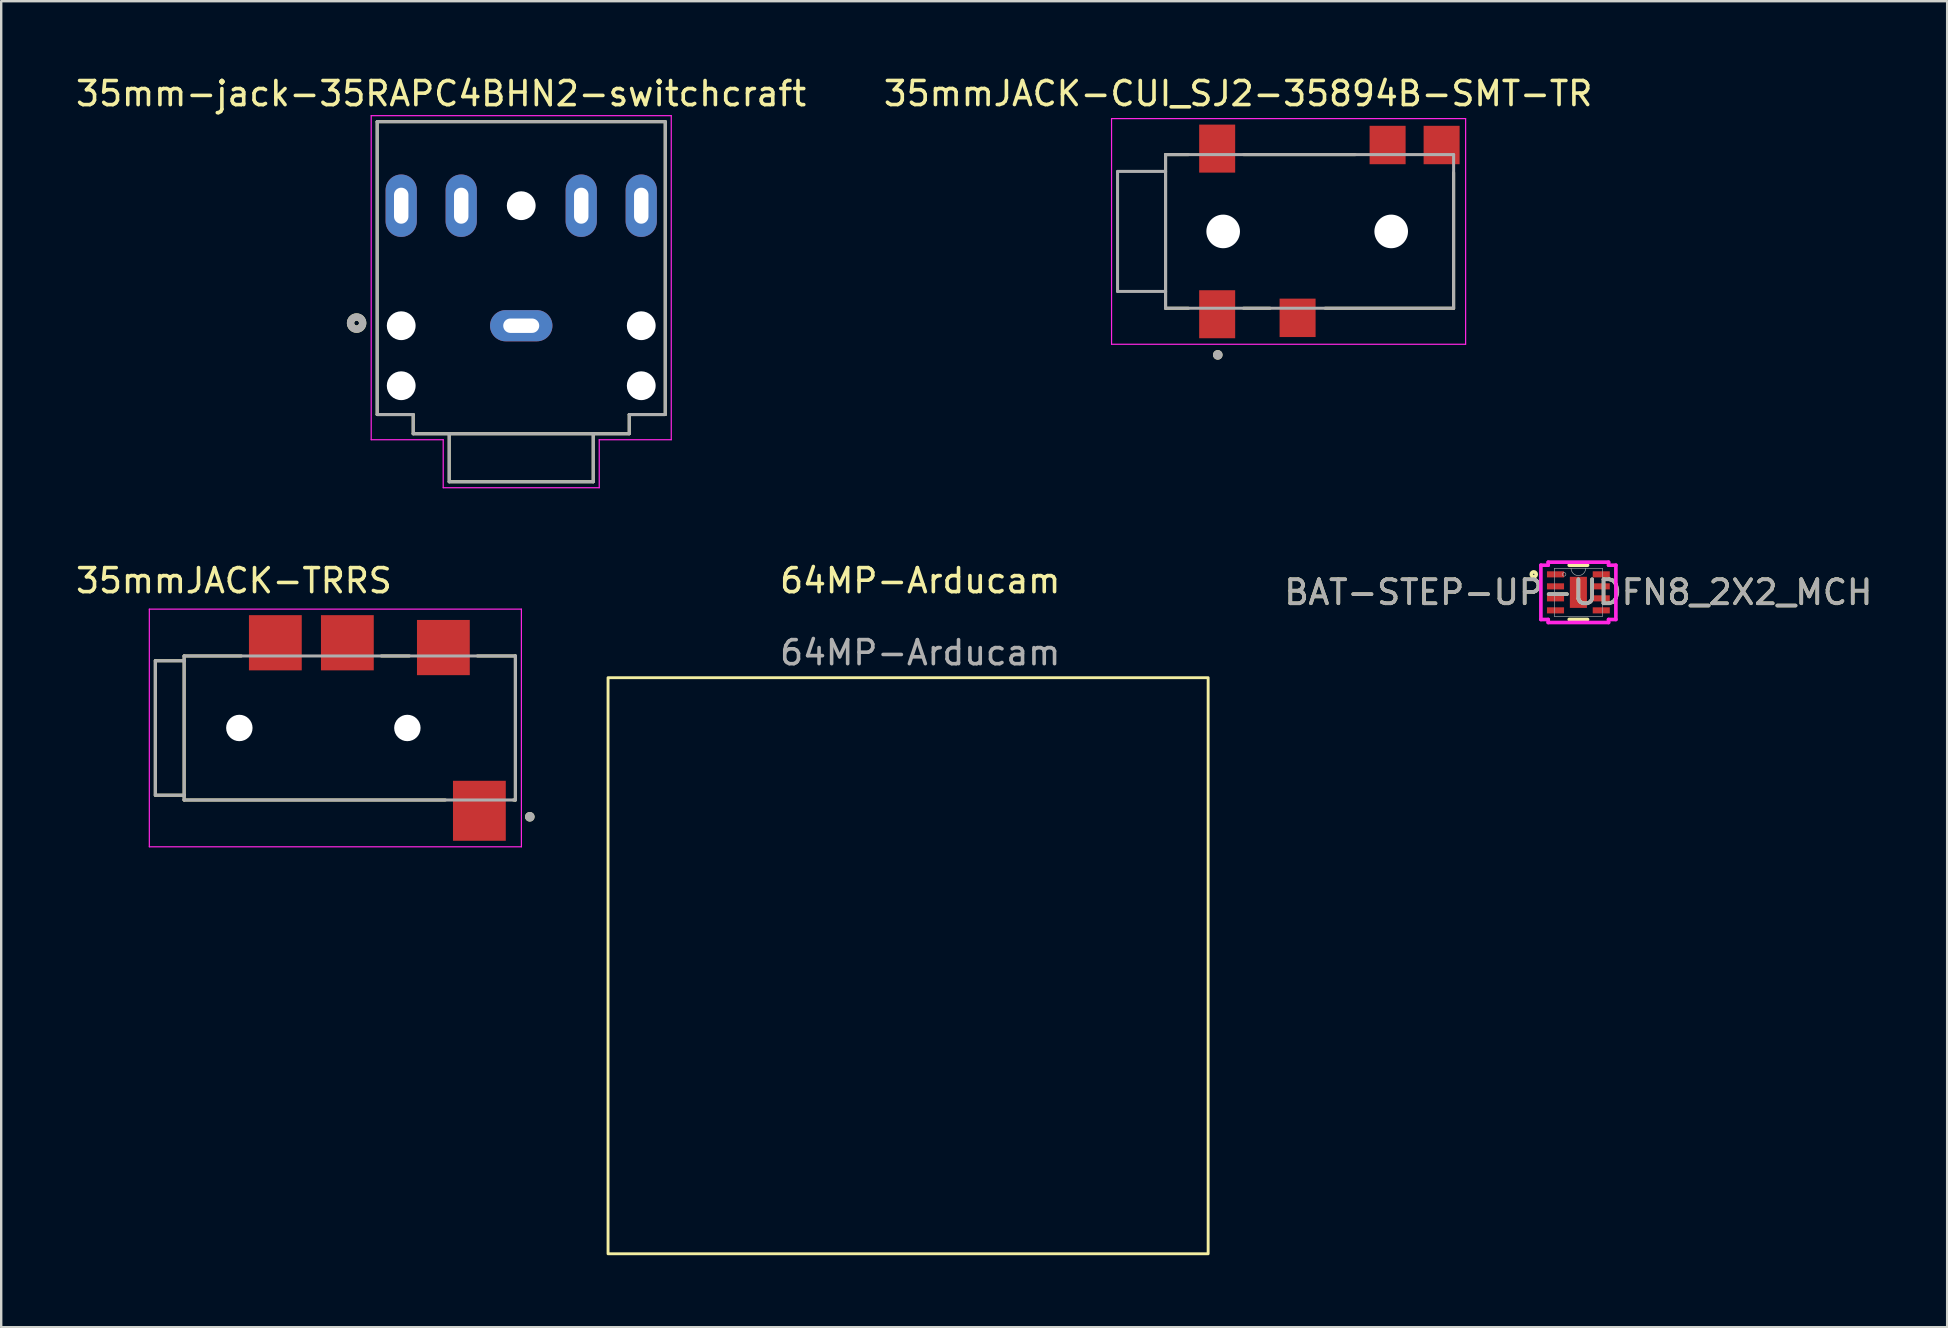
<source format=kicad_pcb>
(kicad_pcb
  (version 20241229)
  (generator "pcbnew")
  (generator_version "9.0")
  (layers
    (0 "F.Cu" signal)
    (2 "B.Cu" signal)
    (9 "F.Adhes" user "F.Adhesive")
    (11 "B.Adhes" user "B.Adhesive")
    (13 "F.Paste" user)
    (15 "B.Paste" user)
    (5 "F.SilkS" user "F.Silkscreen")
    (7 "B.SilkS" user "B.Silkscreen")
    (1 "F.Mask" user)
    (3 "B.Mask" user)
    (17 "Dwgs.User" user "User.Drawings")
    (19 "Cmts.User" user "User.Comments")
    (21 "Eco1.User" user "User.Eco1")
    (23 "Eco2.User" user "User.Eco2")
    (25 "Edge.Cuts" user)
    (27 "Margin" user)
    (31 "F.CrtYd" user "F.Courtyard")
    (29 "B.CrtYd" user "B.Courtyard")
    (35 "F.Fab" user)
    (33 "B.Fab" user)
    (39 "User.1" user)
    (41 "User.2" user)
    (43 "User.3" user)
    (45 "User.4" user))
  (footprint "35mmJACK-CUI_SJ2-35894B-SMT-TR"
    (layer "F.Cu")
    (at 51.507 6.591)
    (property "Reference" "35mmJACK-CUI_SJ2-35894B-SMT-TR" (at -2.978 -5.742 0) (layer "F.SilkS") (effects (font (size 1.001 1.001) (thickness 0.15))))
    (attr smd)
    (fp_line (start -6 -3.2) (end -6 3.2) (stroke (width 0.127) (type solid)) (layer "F.SilkS"))
    (fp_line (start -6 3.2) (end -5.05 3.2) (stroke (width 0.127) (type solid)) (layer "F.SilkS"))
    (fp_line (start -5.05 -3.2) (end -6 -3.2) (stroke (width 0.127) (type solid)) (layer "F.SilkS"))
    (fp_line (start -2.75 -3.2) (end 1.9 -3.2) (stroke (width 0.127) (type solid)) (layer "F.SilkS"))
    (fp_line (start -2.75 3.2) (end -1.65 3.2) (stroke (width 0.127) (type solid)) (layer "F.SilkS"))
    (fp_line (start 0.65 3.2) (end 6 3.2) (stroke (width 0.127) (type solid)) (layer "F.SilkS"))
    (fp_line (start 6 3.2) (end 6 -2.45) (stroke (width 0.127) (type solid)) (layer "F.SilkS"))
    (fp_circle (center -3.825 5.143) (end -3.725 5.143) (stroke (width 0.2) (type solid)) (fill no) (layer "F.SilkS"))
    (fp_line (start -8.25 -4.7) (end -8.25 4.7) (stroke (width 0.05) (type solid)) (layer "F.CrtYd"))
    (fp_line (start -8.25 4.7) (end 6.5 4.7) (stroke (width 0.05) (type solid)) (layer "F.CrtYd"))
    (fp_line (start 6.5 -4.7) (end -8.25 -4.7) (stroke (width 0.05) (type solid)) (layer "F.CrtYd"))
    (fp_line (start 6.5 4.7) (end 6.5 -4.7) (stroke (width 0.05) (type solid)) (layer "F.CrtYd"))
    (fp_line (start -8 -2.5) (end -8 2.5) (stroke (width 0.127) (type solid)) (layer "F.Fab"))
    (fp_line (start -8 2.5) (end -6 2.5) (stroke (width 0.127) (type solid)) (layer "F.Fab"))
    (fp_line (start -6 -3.2) (end 6 -3.2) (stroke (width 0.127) (type solid)) (layer "F.Fab"))
    (fp_line (start -6 -2.5) (end -8 -2.5) (stroke (width 0.127) (type solid)) (layer "F.Fab"))
    (fp_line (start -6 -2.5) (end -6 -3.2) (stroke (width 0.127) (type solid)) (layer "F.Fab"))
    (fp_line (start -6 2.5) (end -6 -2.5) (stroke (width 0.127) (type solid)) (layer "F.Fab"))
    (fp_line (start -6 3.2) (end -6 2.5) (stroke (width 0.127) (type solid)) (layer "F.Fab"))
    (fp_line (start 6 -3.2) (end 6 3.2) (stroke (width 0.127) (type solid)) (layer "F.Fab"))
    (fp_line (start 6 3.2) (end -6 3.2) (stroke (width 0.127) (type solid)) (layer "F.Fab"))
    (fp_circle (center -3.825 5.143) (end -3.725 5.143) (stroke (width 0.2) (type solid)) (fill no) (layer "F.Fab"))
    (pad "" np_thru_hole circle (at -3.6 0) (size 1.4 1.4) (drill 1.4) (layers "*.Cu" "*.Mask"))
    (pad "" np_thru_hole circle (at 3.4 0) (size 1.4 1.4) (drill 1.4) (layers "*.Cu" "*.Mask"))
    (pad "1" smd rect (at -3.85 3.45) (size 1.5 2) (layers "F.Cu" "F.Mask" "F.Paste"))
    (pad "2" smd rect (at 3.25 -3.6) (size 1.5 1.6) (layers "F.Cu" "F.Mask" "F.Paste"))
    (pad "3" smd rect (at -0.5 3.6) (size 1.5 1.6) (layers "F.Cu" "F.Mask" "F.Paste"))
    (pad "4" smd rect (at -3.85 -3.45) (size 1.5 2) (layers "F.Cu" "F.Mask" "F.Paste"))
    (pad "10" smd rect (at 5.5 -3.6) (size 1.5 1.6) (layers "F.Cu" "F.Mask" "F.Paste")))
  (footprint "35mmJACK-TRRS"
    (layer "F.Cu")
    (at 10.921 27.277)
    (property "Reference" "35mmJACK-TRRS" (at -4.225 -6.135 0) (layer "F.SilkS") (effects (font (size 1 1) (thickness 0.15))))
    (attr smd)
    (fp_line (start -7.5 -2.8) (end -7.5 2.8) (stroke (width 0.127) (type solid)) (layer "F.SilkS"))
    (fp_line (start -7.5 2.8) (end -6.3 2.8) (stroke (width 0.127) (type solid)) (layer "F.SilkS"))
    (fp_line (start -6.3 -3) (end -3.92 -3) (stroke (width 0.127) (type solid)) (layer "F.SilkS"))
    (fp_line (start -6.3 -2.8) (end -7.5 -2.8) (stroke (width 0.127) (type solid)) (layer "F.SilkS"))
    (fp_line (start -6.3 2.8) (end -6.3 -3) (stroke (width 0.127) (type solid)) (layer "F.SilkS"))
    (fp_line (start -6.3 3) (end -6.3 2.8) (stroke (width 0.127) (type solid)) (layer "F.SilkS"))
    (fp_line (start 1.92 -3) (end 3.08 -3) (stroke (width 0.127) (type solid)) (layer "F.SilkS"))
    (fp_line (start 4.58 3) (end -6.3 3) (stroke (width 0.127) (type solid)) (layer "F.SilkS"))
    (fp_line (start 5.92 -3) (end 7.5 -3) (stroke (width 0.127) (type solid)) (layer "F.SilkS"))
    (fp_line (start 7.5 -3) (end 7.5 3) (stroke (width 0.127) (type solid)) (layer "F.SilkS"))
    (fp_line (start 7.5 3) (end 7.42 3) (stroke (width 0.127) (type solid)) (layer "F.SilkS"))
    (fp_circle (center 8.1 3.7) (end 8.2 3.7) (stroke (width 0.2) (type solid)) (fill no) (layer "F.SilkS"))
    (fp_line (start -7.75 -4.95) (end 7.75 -4.95) (stroke (width 0.05) (type solid)) (layer "F.CrtYd"))
    (fp_line (start -7.75 4.95) (end -7.75 -4.95) (stroke (width 0.05) (type solid)) (layer "F.CrtYd"))
    (fp_line (start 7.75 -4.95) (end 7.75 4.95) (stroke (width 0.05) (type solid)) (layer "F.CrtYd"))
    (fp_line (start 7.75 4.95) (end -7.75 4.95) (stroke (width 0.05) (type solid)) (layer "F.CrtYd"))
    (fp_line (start -7.5 -2.8) (end -7.5 2.8) (stroke (width 0.127) (type solid)) (layer "F.Fab"))
    (fp_line (start -7.5 2.8) (end -6.3 2.8) (stroke (width 0.127) (type solid)) (layer "F.Fab"))
    (fp_line (start -6.3 -3) (end 7.5 -3) (stroke (width 0.127) (type solid)) (layer "F.Fab"))
    (fp_line (start -6.3 -2.8) (end -7.5 -2.8) (stroke (width 0.127) (type solid)) (layer "F.Fab"))
    (fp_line (start -6.3 -2.8) (end -6.3 -3) (stroke (width 0.127) (type solid)) (layer "F.Fab"))
    (fp_line (start -6.3 2.8) (end -6.3 -2.8) (stroke (width 0.127) (type solid)) (layer "F.Fab"))
    (fp_line (start -6.3 3) (end -6.3 2.8) (stroke (width 0.127) (type solid)) (layer "F.Fab"))
    (fp_line (start 7.5 -3) (end 7.5 3) (stroke (width 0.127) (type solid)) (layer "F.Fab"))
    (fp_line (start 7.5 3) (end -6.3 3) (stroke (width 0.127) (type solid)) (layer "F.Fab"))
    (fp_circle (center 8.1 3.7) (end 8.2 3.7) (stroke (width 0.2) (type solid)) (fill no) (layer "F.Fab"))
    (pad "" np_thru_hole circle (at -4 0) (size 1.1 1.1) (drill 1.1) (layers "*.Cu" "*.Mask"))
    (pad "" np_thru_hole circle (at 3 0) (size 1.1 1.1) (drill 1.1) (layers "*.Cu" "*.Mask"))
    (pad "1" smd rect (at 6 3.45) (size 2.2 2.5) (layers "F.Cu" "F.Mask" "F.Paste"))
    (pad "2" smd rect (at 4.5 -3.35) (size 2.2 2.3) (layers "F.Cu" "F.Mask" "F.Paste"))
    (pad "3" smd rect (at 0.5 -3.55) (size 2.2 2.3) (layers "F.Cu" "F.Mask" "F.Paste"))
    (pad "4" smd rect (at -2.5 -3.55) (size 2.2 2.3) (layers "F.Cu" "F.Mask" "F.Paste")))
  (footprint "BAT-STEP-UP-UDFN8_2X2_MCH"
    (layer "F.Cu")
    (at 62.705 21.627)
    (property "Reference" "BAT-STEP-UP-UDFN8_2X2_MCH" (at 0 0 0) (unlocked yes) (layer "F.SilkS") (effects (font (size 1 1) (thickness 0.15))))
    (attr smd)
    (fp_line (start -0.381 1.13) (end 0.381 1.13) (stroke (width 0.152) (type solid)) (layer "F.SilkS"))
    (fp_line (start 0.381 -1.13) (end -0.381 -1.13) (stroke (width 0.152) (type solid)) (layer "F.SilkS"))
    (fp_circle (center -1.859 -0.75) (end -1.757 -0.75) (stroke (width 0.152) (type solid)) (fill no) (layer "F.SilkS"))
    (fp_line (start -1.562 -1.131) (end -1.257 -1.131) (stroke (width 0.152) (type solid)) (layer "F.CrtYd"))
    (fp_line (start -1.562 1.131) (end -1.562 -1.131) (stroke (width 0.152) (type solid)) (layer "F.CrtYd"))
    (fp_line (start -1.562 1.131) (end -1.257 1.131) (stroke (width 0.152) (type solid)) (layer "F.CrtYd"))
    (fp_line (start -1.257 -1.257) (end 1.257 -1.257) (stroke (width 0.152) (type solid)) (layer "F.CrtYd"))
    (fp_line (start -1.257 -1.131) (end -1.257 -1.257) (stroke (width 0.152) (type solid)) (layer "F.CrtYd"))
    (fp_line (start -1.257 1.257) (end -1.257 1.131) (stroke (width 0.152) (type solid)) (layer "F.CrtYd"))
    (fp_line (start 1.257 -1.257) (end 1.257 -1.131) (stroke (width 0.152) (type solid)) (layer "F.CrtYd"))
    (fp_line (start 1.257 1.131) (end 1.257 1.257) (stroke (width 0.152) (type solid)) (layer "F.CrtYd"))
    (fp_line (start 1.257 1.257) (end -1.257 1.257) (stroke (width 0.152) (type solid)) (layer "F.CrtYd"))
    (fp_line (start 1.562 -1.131) (end 1.257 -1.131) (stroke (width 0.152) (type solid)) (layer "F.CrtYd"))
    (fp_line (start 1.562 -1.131) (end 1.562 1.131) (stroke (width 0.152) (type solid)) (layer "F.CrtYd"))
    (fp_line (start 1.562 1.131) (end 1.257 1.131) (stroke (width 0.152) (type solid)) (layer "F.CrtYd"))
    (fp_line (start -1.003 -1.003) (end -1.003 1.003) (stroke (width 0.025) (type solid)) (layer "F.Fab"))
    (fp_line (start -1.003 1.003) (end 1.003 1.003) (stroke (width 0.025) (type solid)) (layer "F.Fab"))
    (fp_line (start 1.003 -1.003) (end -1.003 -1.003) (stroke (width 0.025) (type solid)) (layer "F.Fab"))
    (fp_line (start 1.003 1.003) (end 1.003 -1.003) (stroke (width 0.025) (type solid)) (layer "F.Fab"))
    (fp_arc (start 0.3048 -1.0033) (mid 0 -0.6985) (end -0.3048 -1.0033) (stroke (width 0.0254) (type solid)) (layer "F.Fab"))
    (fp_circle (center -0.597 -0.75) (end -0.521 -0.75) (stroke (width 0.025) (type solid)) (fill no) (layer "F.Fab"))
    (fp_text user "${REFERENCE}" (at 0 0 0) (unlocked yes) (layer "F.Fab") (effects (font (size 1 1) (thickness 0.15))))
    (pad "1" smd rect (at -0.953 -0.75) (size 0.711 0.254) (layers "F.Cu" "F.Mask" "F.Paste"))
    (pad "2" smd rect (at -0.953 -0.25) (size 0.711 0.254) (layers "F.Cu" "F.Mask" "F.Paste"))
    (pad "3" smd rect (at -0.953 0.25) (size 0.711 0.254) (layers "F.Cu" "F.Mask" "F.Paste"))
    (pad "4" smd rect (at -0.953 0.75) (size 0.711 0.254) (layers "F.Cu" "F.Mask" "F.Paste"))
    (pad "5" smd rect (at 0.953 0.75) (size 0.711 0.254) (layers "F.Cu" "F.Mask" "F.Paste"))
    (pad "6" smd rect (at 0.953 0.25) (size 0.711 0.254) (layers "F.Cu" "F.Mask" "F.Paste"))
    (pad "7" smd rect (at 0.953 -0.25) (size 0.711 0.254) (layers "F.Cu" "F.Mask" "F.Paste"))
    (pad "8" smd rect (at 0.953 -0.75) (size 0.711 0.254) (layers "F.Cu" "F.Mask" "F.Paste"))
    (pad "9" smd rect (at 0 0) (size 0.711 1.295) (layers "F.Cu" "F.Mask" "F.Paste")))
  (footprint "64MP-Arducam"
    (layer "F.Cu")
    (at 35.235 25.182)
    (property "Reference" "64MP-Arducam" (at 0.051 -4.04 0) (unlocked yes) (layer "F.SilkS") (effects (font (size 1 1) (thickness 0.15))))
    (fp_rect (start -12.954 0) (end 12.046 24) (stroke (width 0.12) (type solid)) (fill no) (layer "F.SilkS"))
    (fp_text user "${REFERENCE}" (at 0.051 -1.04 0) (unlocked yes) (layer "F.Fab") (effects (font (size 1 1) (thickness 0.15)))))
  (footprint "35mm-jack-35RAPC4BHN2-switchcraft"
    (layer "F.Cu")
    (at 18.664 9.519)
    (property "Reference" "35mm-jack-35RAPC4BHN2-switchcraft" (at -3.338 -8.668 0) (layer "F.SilkS") (effects (font (size 1.004 1.004) (thickness 0.15))))
    (attr through_hole)
    (fp_line (start -6 -7.5) (end 6 -7.5) (stroke (width 0.127) (type solid)) (layer "F.SilkS"))
    (fp_line (start -6 4.7) (end -6 -7.5) (stroke (width 0.127) (type solid)) (layer "F.SilkS"))
    (fp_line (start -4.5 4.7) (end -6 4.7) (stroke (width 0.127) (type solid)) (layer "F.SilkS"))
    (fp_line (start -4.5 5.5) (end -4.5 4.7) (stroke (width 0.127) (type solid)) (layer "F.SilkS"))
    (fp_line (start -4.5 5.5) (end -3 5.5) (stroke (width 0.127) (type solid)) (layer "F.SilkS"))
    (fp_line (start -3 5.5) (end 3 5.5) (stroke (width 0.127) (type solid)) (layer "F.SilkS"))
    (fp_line (start -3 7.5) (end -3 5.5) (stroke (width 0.127) (type solid)) (layer "F.SilkS"))
    (fp_line (start -3 7.5) (end 3 7.5) (stroke (width 0.127) (type solid)) (layer "F.SilkS"))
    (fp_line (start 3 5.5) (end 4.5 5.5) (stroke (width 0.127) (type solid)) (layer "F.SilkS"))
    (fp_line (start 3 7.5) (end 3 5.5) (stroke (width 0.127) (type solid)) (layer "F.SilkS"))
    (fp_line (start 4.5 4.7) (end 4.5 5.5) (stroke (width 0.127) (type solid)) (layer "F.SilkS"))
    (fp_line (start 6 -7.5) (end 6 4.7) (stroke (width 0.127) (type solid)) (layer "F.SilkS"))
    (fp_line (start 6 4.7) (end 4.5 4.7) (stroke (width 0.127) (type solid)) (layer "F.SilkS"))
    (fp_circle (center -6.858 0.89) (end -6.758 0.89) (stroke (width 0.305) (type solid)) (fill no) (layer "F.SilkS"))
    (fp_line (start -6.25 -7.75) (end 6.25 -7.75) (stroke (width 0.05) (type solid)) (layer "F.CrtYd"))
    (fp_line (start -6.25 5.75) (end -6.25 -7.75) (stroke (width 0.05) (type solid)) (layer "F.CrtYd"))
    (fp_line (start -3.25 5.75) (end -6.25 5.75) (stroke (width 0.05) (type solid)) (layer "F.CrtYd"))
    (fp_line (start -3.25 7.75) (end -3.25 5.75) (stroke (width 0.05) (type solid)) (layer "F.CrtYd"))
    (fp_line (start 3.25 5.75) (end 3.25 7.75) (stroke (width 0.05) (type solid)) (layer "F.CrtYd"))
    (fp_line (start 3.25 7.75) (end -3.25 7.75) (stroke (width 0.05) (type solid)) (layer "F.CrtYd"))
    (fp_line (start 6.25 -7.75) (end 6.25 5.75) (stroke (width 0.05) (type solid)) (layer "F.CrtYd"))
    (fp_line (start 6.25 5.75) (end 3.25 5.75) (stroke (width 0.05) (type solid)) (layer "F.CrtYd"))
    (fp_line (start -6 -7.5) (end 6 -7.5) (stroke (width 0.127) (type solid)) (layer "F.Fab"))
    (fp_line (start -6 4.7) (end -6 -7.5) (stroke (width 0.127) (type solid)) (layer "F.Fab"))
    (fp_line (start -4.5 4.7) (end -6 4.7) (stroke (width 0.127) (type solid)) (layer "F.Fab"))
    (fp_line (start -4.5 5.5) (end -4.5 4.7) (stroke (width 0.127) (type solid)) (layer "F.Fab"))
    (fp_line (start -4.5 5.5) (end -3 5.5) (stroke (width 0.127) (type solid)) (layer "F.Fab"))
    (fp_line (start -3 5.5) (end 3 5.5) (stroke (width 0.127) (type solid)) (layer "F.Fab"))
    (fp_line (start -3 7.5) (end -3 5.5) (stroke (width 0.127) (type solid)) (layer "F.Fab"))
    (fp_line (start -3 7.5) (end 3 7.5) (stroke (width 0.127) (type solid)) (layer "F.Fab"))
    (fp_line (start 3 5.5) (end 4.5 5.5) (stroke (width 0.127) (type solid)) (layer "F.Fab"))
    (fp_line (start 3 7.5) (end 3 5.5) (stroke (width 0.127) (type solid)) (layer "F.Fab"))
    (fp_line (start 4.5 4.7) (end 4.5 5.5) (stroke (width 0.127) (type solid)) (layer "F.Fab"))
    (fp_line (start 6 -7.5) (end 6 4.7) (stroke (width 0.127) (type solid)) (layer "F.Fab"))
    (fp_line (start 6 4.7) (end 4.5 4.7) (stroke (width 0.127) (type solid)) (layer "F.Fab"))
    (fp_circle (center -6.858 0.89) (end -6.758 0.89) (stroke (width 0.305) (type solid)) (fill no) (layer "F.Fab"))
    (pad "" np_thru_hole circle (at -5 1) (size 1.2 1.2) (drill 1.2) (layers "*.Cu" "*.Mask"))
    (pad "" np_thru_hole circle (at -5 3.5) (size 1.2 1.2) (drill 1.2) (layers "*.Cu" "*.Mask"))
    (pad "" np_thru_hole circle (at 0 -4) (size 1.2 1.2) (drill 1.2) (layers "*.Cu" "*.Mask"))
    (pad "" np_thru_hole circle (at 5 1) (size 1.2 1.2) (drill 1.2) (layers "*.Cu" "*.Mask"))
    (pad "" np_thru_hole circle (at 5 3.5) (size 1.2 1.2) (drill 1.2) (layers "*.Cu" "*.Mask"))
    (pad "1" thru_hole oval (at 0 1) (size 2.6 1.3) (drill oval 1.5 0.6) (layers "*.Cu" "*.Mask"))
    (pad "2" thru_hole oval (at 5 -4) (size 1.3 2.6) (drill oval 0.6 1.5) (layers "*.Cu" "*.Mask"))
    (pad "3" thru_hole oval (at -5 -4) (size 1.3 2.6) (drill oval 0.6 1.5) (layers "*.Cu" "*.Mask"))
    (pad "10" thru_hole oval (at 2.5 -4) (size 1.3 2.6) (drill oval 0.6 1.5) (layers "*.Cu" "*.Mask"))
    (pad "11" thru_hole oval (at -2.5 -4) (size 1.3 2.6) (drill oval 0.6 1.5) (layers "*.Cu" "*.Mask")))
  (gr_rect
    (start -3 -3)
    (end 78.068 52.242)
    (stroke (width 0.1) (type default))
    (fill no)
    (layer "Edge.Cuts")))
</source>
